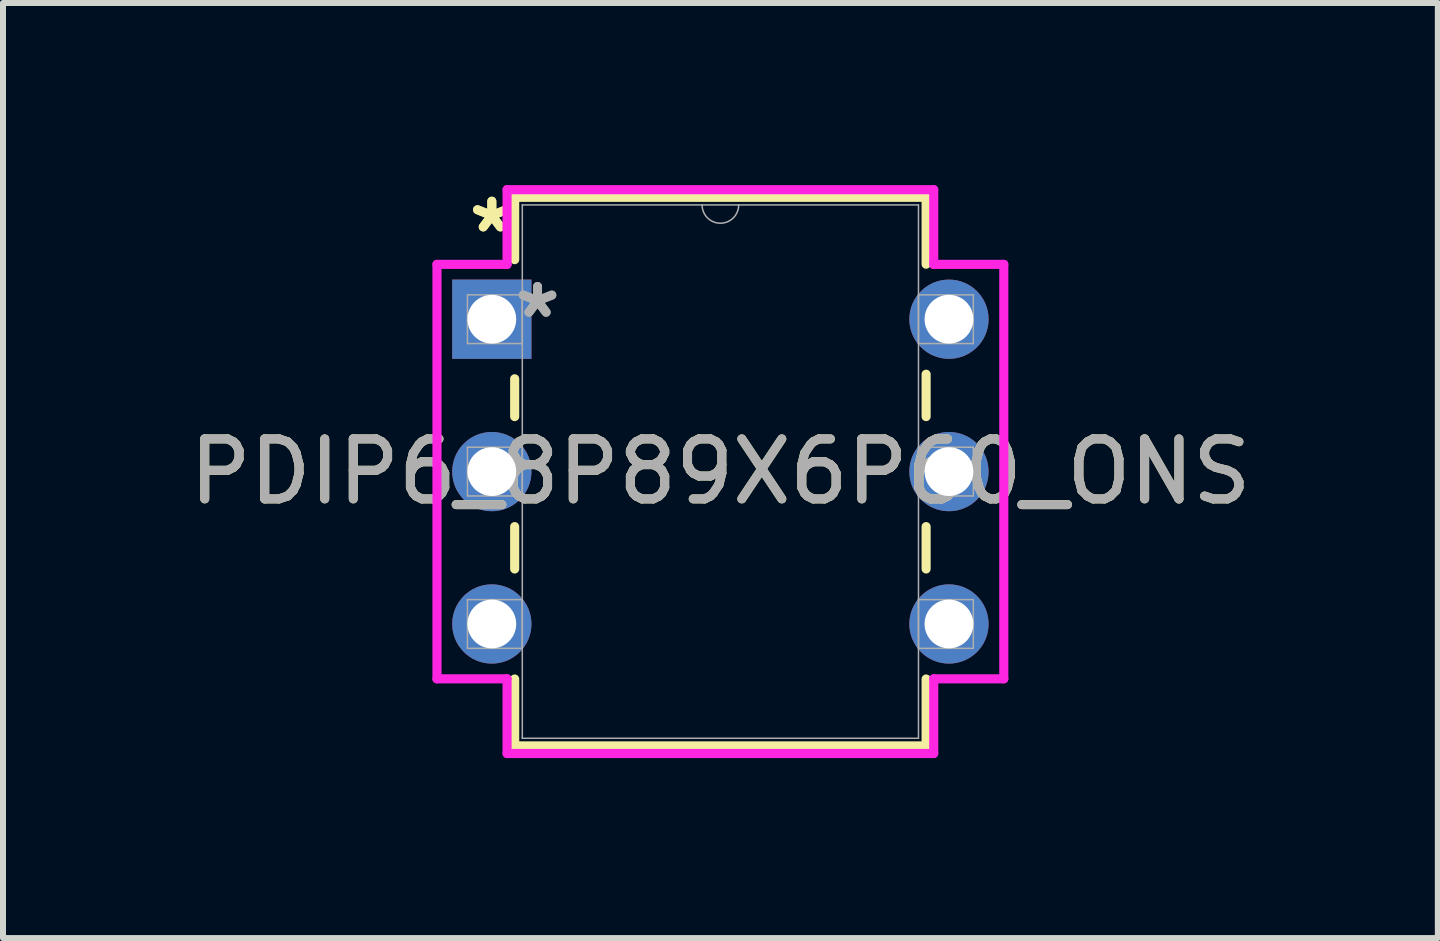
<source format=kicad_pcb>
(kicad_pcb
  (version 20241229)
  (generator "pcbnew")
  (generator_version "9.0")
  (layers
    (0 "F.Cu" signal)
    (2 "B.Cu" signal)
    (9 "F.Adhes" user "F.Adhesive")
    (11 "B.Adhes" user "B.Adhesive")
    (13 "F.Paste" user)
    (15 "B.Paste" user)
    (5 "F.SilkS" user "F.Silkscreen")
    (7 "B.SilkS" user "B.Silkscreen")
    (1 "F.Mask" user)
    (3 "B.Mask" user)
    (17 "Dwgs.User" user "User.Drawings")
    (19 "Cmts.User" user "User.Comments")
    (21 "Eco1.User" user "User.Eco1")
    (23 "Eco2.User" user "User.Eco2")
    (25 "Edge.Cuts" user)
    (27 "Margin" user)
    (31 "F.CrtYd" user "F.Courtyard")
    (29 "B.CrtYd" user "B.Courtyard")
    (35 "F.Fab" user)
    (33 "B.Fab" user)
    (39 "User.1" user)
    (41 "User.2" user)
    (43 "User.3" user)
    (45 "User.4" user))
  (footprint "PDIP6_8P89X6P60_ONS"
    (layer "F.Cu")
    (at 5.148 2.271)
    (property "Reference" "PDIP6_8P89X6P60_ONS" (at 3.81 2.54 0) (unlocked yes) (layer "F.SilkS") (effects (font (size 1 1) (thickness 0.15))))
    (attr through_hole)
    (fp_line (start 0.381 -2.032) (end 0.381 -0.993) (stroke (width 0.152) (type solid)) (layer "F.SilkS"))
    (fp_line (start 0.381 0.993) (end 0.381 1.623) (stroke (width 0.152) (type solid)) (layer "F.SilkS"))
    (fp_line (start 0.381 3.457) (end 0.381 4.163) (stroke (width 0.152) (type solid)) (layer "F.SilkS"))
    (fp_line (start 0.381 5.997) (end 0.381 7.112) (stroke (width 0.152) (type solid)) (layer "F.SilkS"))
    (fp_line (start 0.381 7.112) (end 7.239 7.112) (stroke (width 0.152) (type solid)) (layer "F.SilkS"))
    (fp_line (start 7.239 -2.032) (end 0.381 -2.032) (stroke (width 0.152) (type solid)) (layer "F.SilkS"))
    (fp_line (start 7.239 -0.917) (end 7.239 -2.032) (stroke (width 0.152) (type solid)) (layer "F.SilkS"))
    (fp_line (start 7.239 1.623) (end 7.239 0.917) (stroke (width 0.152) (type solid)) (layer "F.SilkS"))
    (fp_line (start 7.239 4.163) (end 7.239 3.457) (stroke (width 0.152) (type solid)) (layer "F.SilkS"))
    (fp_line (start 7.239 7.112) (end 7.239 5.997) (stroke (width 0.152) (type solid)) (layer "F.SilkS"))
    (fp_line (start -0.914 -0.914) (end 0.254 -0.914) (stroke (width 0.152) (type solid)) (layer "F.CrtYd"))
    (fp_line (start -0.914 5.994) (end -0.914 -0.914) (stroke (width 0.152) (type solid)) (layer "F.CrtYd"))
    (fp_line (start 0.254 -2.159) (end 7.366 -2.159) (stroke (width 0.152) (type solid)) (layer "F.CrtYd"))
    (fp_line (start 0.254 -0.914) (end 0.254 -2.159) (stroke (width 0.152) (type solid)) (layer "F.CrtYd"))
    (fp_line (start 0.254 5.994) (end -0.914 5.994) (stroke (width 0.152) (type solid)) (layer "F.CrtYd"))
    (fp_line (start 0.254 7.239) (end 0.254 5.994) (stroke (width 0.152) (type solid)) (layer "F.CrtYd"))
    (fp_line (start 7.366 -2.159) (end 7.366 -0.914) (stroke (width 0.152) (type solid)) (layer "F.CrtYd"))
    (fp_line (start 7.366 5.994) (end 7.366 7.239) (stroke (width 0.152) (type solid)) (layer "F.CrtYd"))
    (fp_line (start 7.366 7.239) (end 0.254 7.239) (stroke (width 0.152) (type solid)) (layer "F.CrtYd"))
    (fp_line (start 8.534 -0.914) (end 7.366 -0.914) (stroke (width 0.152) (type solid)) (layer "F.CrtYd"))
    (fp_line (start 8.534 -0.914) (end 8.534 5.994) (stroke (width 0.152) (type solid)) (layer "F.CrtYd"))
    (fp_line (start 8.534 5.994) (end 7.366 5.994) (stroke (width 0.152) (type solid)) (layer "F.CrtYd"))
    (fp_line (start -0.406 -0.406) (end -0.406 0.406) (stroke (width 0.025) (type solid)) (layer "F.Fab"))
    (fp_line (start -0.406 0.406) (end 0.508 0.406) (stroke (width 0.025) (type solid)) (layer "F.Fab"))
    (fp_line (start -0.406 2.134) (end -0.406 2.946) (stroke (width 0.025) (type solid)) (layer "F.Fab"))
    (fp_line (start -0.406 2.946) (end 0.508 2.946) (stroke (width 0.025) (type solid)) (layer "F.Fab"))
    (fp_line (start -0.406 4.674) (end -0.406 5.486) (stroke (width 0.025) (type solid)) (layer "F.Fab"))
    (fp_line (start -0.406 5.486) (end 0.508 5.486) (stroke (width 0.025) (type solid)) (layer "F.Fab"))
    (fp_line (start 0.508 -1.905) (end 0.508 6.985) (stroke (width 0.025) (type solid)) (layer "F.Fab"))
    (fp_line (start 0.508 -0.406) (end -0.406 -0.406) (stroke (width 0.025) (type solid)) (layer "F.Fab"))
    (fp_line (start 0.508 0.406) (end 0.508 -0.406) (stroke (width 0.025) (type solid)) (layer "F.Fab"))
    (fp_line (start 0.508 2.134) (end -0.406 2.134) (stroke (width 0.025) (type solid)) (layer "F.Fab"))
    (fp_line (start 0.508 2.946) (end 0.508 2.134) (stroke (width 0.025) (type solid)) (layer "F.Fab"))
    (fp_line (start 0.508 4.674) (end -0.406 4.674) (stroke (width 0.025) (type solid)) (layer "F.Fab"))
    (fp_line (start 0.508 5.486) (end 0.508 4.674) (stroke (width 0.025) (type solid)) (layer "F.Fab"))
    (fp_line (start 0.508 6.985) (end 7.112 6.985) (stroke (width 0.025) (type solid)) (layer "F.Fab"))
    (fp_line (start 7.112 -1.905) (end 0.508 -1.905) (stroke (width 0.025) (type solid)) (layer "F.Fab"))
    (fp_line (start 7.112 -0.406) (end 7.112 0.406) (stroke (width 0.025) (type solid)) (layer "F.Fab"))
    (fp_line (start 7.112 0.406) (end 8.026 0.406) (stroke (width 0.025) (type solid)) (layer "F.Fab"))
    (fp_line (start 7.112 2.134) (end 7.112 2.946) (stroke (width 0.025) (type solid)) (layer "F.Fab"))
    (fp_line (start 7.112 2.946) (end 8.026 2.946) (stroke (width 0.025) (type solid)) (layer "F.Fab"))
    (fp_line (start 7.112 4.674) (end 7.112 5.486) (stroke (width 0.025) (type solid)) (layer "F.Fab"))
    (fp_line (start 7.112 5.486) (end 8.026 5.486) (stroke (width 0.025) (type solid)) (layer "F.Fab"))
    (fp_line (start 7.112 6.985) (end 7.112 -1.905) (stroke (width 0.025) (type solid)) (layer "F.Fab"))
    (fp_line (start 8.026 -0.406) (end 7.112 -0.406) (stroke (width 0.025) (type solid)) (layer "F.Fab"))
    (fp_line (start 8.026 0.406) (end 8.026 -0.406) (stroke (width 0.025) (type solid)) (layer "F.Fab"))
    (fp_line (start 8.026 2.134) (end 7.112 2.134) (stroke (width 0.025) (type solid)) (layer "F.Fab"))
    (fp_line (start 8.026 2.946) (end 8.026 2.134) (stroke (width 0.025) (type solid)) (layer "F.Fab"))
    (fp_line (start 8.026 4.674) (end 7.112 4.674) (stroke (width 0.025) (type solid)) (layer "F.Fab"))
    (fp_line (start 8.026 5.486) (end 8.026 4.674) (stroke (width 0.025) (type solid)) (layer "F.Fab"))
    (fp_arc (start 4.1148 -1.905) (mid 3.81 -1.6002) (end 3.5052 -1.905) (stroke (width 0.0254) (type solid)) (layer "F.Fab"))
    (fp_text user "*" (at 0 -1.422 0) (unlocked yes) (layer "F.SilkS") (effects (font (size 1 1) (thickness 0.15))))
    (fp_text user "*" (at 0 -1.422 0) (layer "F.SilkS") (effects (font (size 1 1) (thickness 0.15))))
    (fp_text user "*" (at 0.762 0 0) (layer "F.Fab") (effects (font (size 1 1) (thickness 0.15))))
    (fp_text user "*" (at 0.762 0 0) (unlocked yes) (layer "F.Fab") (effects (font (size 1 1) (thickness 0.15))))
    (fp_text user "${REFERENCE}" (at 3.81 2.54 0) (unlocked yes) (layer "F.Fab") (effects (font (size 1 1) (thickness 0.15))))
    (pad "1" thru_hole rect (at 0 0) (size 1.321 1.321) (drill 0.813) (layers "*.Cu" "*.Mask"))
    (pad "2" thru_hole circle (at 0 2.54) (size 1.321 1.321) (drill 0.813) (layers "*.Cu" "*.Mask"))
    (pad "3" thru_hole circle (at 0 5.08) (size 1.321 1.321) (drill 0.813) (layers "*.Cu" "*.Mask"))
    (pad "4" thru_hole circle (at 7.62 5.08) (size 1.321 1.321) (drill 0.813) (layers "*.Cu" "*.Mask"))
    (pad "5" thru_hole circle (at 7.62 2.54) (size 1.321 1.321) (drill 0.813) (layers "*.Cu" "*.Mask"))
    (pad "6" thru_hole circle (at 7.62 0) (size 1.321 1.321) (drill 0.813) (layers "*.Cu" "*.Mask")))
  (gr_rect
    (start -3 -3)
    (end 20.917 12.586)
    (stroke (width 0.1) (type default))
    (fill no)
    (layer "Edge.Cuts")))
</source>
